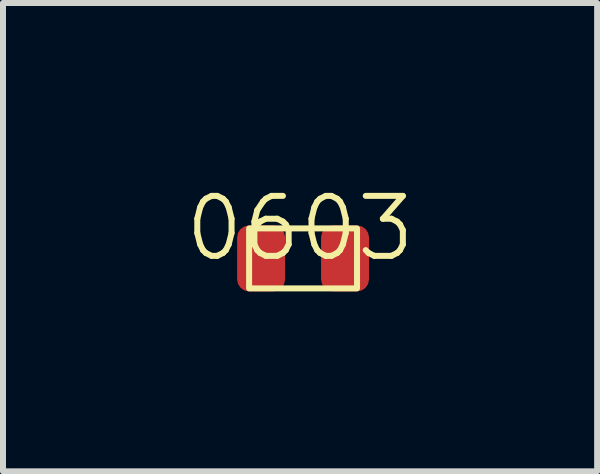
<source format=kicad_pcb>
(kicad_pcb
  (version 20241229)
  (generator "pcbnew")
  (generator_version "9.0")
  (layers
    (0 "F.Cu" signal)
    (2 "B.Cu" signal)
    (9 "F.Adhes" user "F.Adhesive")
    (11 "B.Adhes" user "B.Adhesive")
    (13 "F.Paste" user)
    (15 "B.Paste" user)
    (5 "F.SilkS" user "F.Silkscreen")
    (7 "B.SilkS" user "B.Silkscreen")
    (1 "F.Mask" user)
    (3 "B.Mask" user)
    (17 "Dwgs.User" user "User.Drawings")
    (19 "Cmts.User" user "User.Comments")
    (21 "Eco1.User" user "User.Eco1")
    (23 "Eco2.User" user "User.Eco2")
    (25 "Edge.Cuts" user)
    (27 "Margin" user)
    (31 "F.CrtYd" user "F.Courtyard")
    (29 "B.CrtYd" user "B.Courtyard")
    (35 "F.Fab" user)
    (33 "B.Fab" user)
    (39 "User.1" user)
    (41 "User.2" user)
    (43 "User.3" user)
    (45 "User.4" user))
  (footprint "0603"
    (layer "F.Cu")
    (at 1.955 1.26)
    (property "Reference" "0603" (at 0 -0.5 0) (unlocked yes) (layer "F.SilkS") (effects (font (size 1 1) (thickness 0.1))))
    (attr smd)
    (fp_rect (start -0.85 -0.5) (end 0.95 0.5) (stroke (width 0.1) (type default)) (fill no) (layer "F.SilkS"))
    (pad "1" smd roundrect (at -0.65 0) (size 0.8 1.1) (layers "F.Cu" "F.Mask" "F.Paste") (roundrect_rratio 0.25))
    (pad "2" smd roundrect (at 0.75 0) (size 0.8 1.1) (layers "F.Cu" "F.Mask" "F.Paste") (roundrect_rratio 0.25)))
  (gr_rect
    (start -3 -3)
    (end 6.91 4.811)
    (stroke (width 0.1) (type default))
    (fill no)
    (layer "Edge.Cuts")))
</source>
